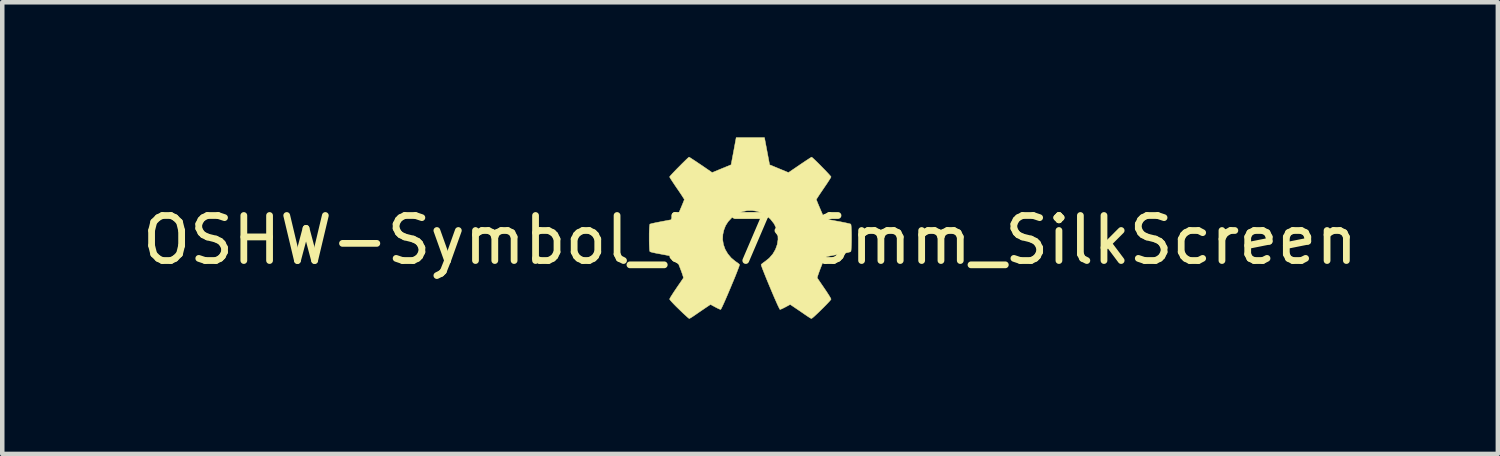
<source format=kicad_pcb>
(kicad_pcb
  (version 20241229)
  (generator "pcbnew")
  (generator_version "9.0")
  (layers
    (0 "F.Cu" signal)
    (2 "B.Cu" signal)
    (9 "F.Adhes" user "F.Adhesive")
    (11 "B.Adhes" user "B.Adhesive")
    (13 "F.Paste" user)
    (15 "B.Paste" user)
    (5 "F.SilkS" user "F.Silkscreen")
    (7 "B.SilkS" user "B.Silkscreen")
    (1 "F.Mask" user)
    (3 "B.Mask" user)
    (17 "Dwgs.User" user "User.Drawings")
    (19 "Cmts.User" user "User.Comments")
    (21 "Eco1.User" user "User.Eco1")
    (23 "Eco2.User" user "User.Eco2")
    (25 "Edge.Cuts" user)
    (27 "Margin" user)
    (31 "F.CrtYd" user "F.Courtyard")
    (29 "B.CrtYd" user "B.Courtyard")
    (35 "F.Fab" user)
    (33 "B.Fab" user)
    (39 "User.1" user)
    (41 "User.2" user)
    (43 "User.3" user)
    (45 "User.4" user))
  (footprint "OSHW-Symbol_5.7x6mm_SilkScreen"
    (layer "F.Cu")
    (at 13.601 2.279)
    (property "Reference" "OSHW-Symbol_5.7x6mm_SilkScreen" (at 0 0 0) (layer "F.SilkS") (effects (font (size 1 1) (thickness 0.15))))
    (attr exclude_from_pos_files exclude_from_bom)
    (fp_poly (pts (xy 0.377 -1.973) (xy 0.434 -1.671) (xy 0.853 -1.498) (xy 1.105 -1.67) (xy 1.175 -1.717) (xy 1.239 -1.76) (xy 1.293 -1.795) (xy 1.334 -1.822) (xy 1.36 -1.837) (xy 1.367 -1.841) (xy 1.379 -1.832) (xy 1.406 -1.808) (xy 1.444 -1.772) (xy 1.491 -1.727) (xy 1.542 -1.676) (xy 1.596 -1.621) (xy 1.649 -1.567) (xy 1.698 -1.516) (xy 1.741 -1.47) (xy 1.773 -1.434) (xy 1.793 -1.411) (xy 1.798 -1.403) (xy 1.791 -1.388) (xy 1.772 -1.356) (xy 1.742 -1.309) (xy 1.705 -1.252) (xy 1.66 -1.186) (xy 1.635 -1.149) (xy 1.588 -1.08) (xy 1.546 -1.018) (xy 1.512 -0.966) (xy 1.487 -0.927) (xy 1.473 -0.904) (xy 1.471 -0.899) (xy 1.476 -0.885) (xy 1.489 -0.853) (xy 1.508 -0.806) (xy 1.531 -0.751) (xy 1.557 -0.69) (xy 1.583 -0.629) (xy 1.607 -0.573) (xy 1.628 -0.525) (xy 1.643 -0.491) (xy 1.651 -0.474) (xy 1.652 -0.474) (xy 1.665 -0.471) (xy 1.699 -0.464) (xy 1.75 -0.453) (xy 1.816 -0.441) (xy 1.893 -0.426) (xy 1.937 -0.418) (xy 2.019 -0.403) (xy 2.093 -0.388) (xy 2.155 -0.375) (xy 2.202 -0.364) (xy 2.23 -0.356) (xy 2.235 -0.354) (xy 2.241 -0.337) (xy 2.245 -0.3) (xy 2.248 -0.246) (xy 2.251 -0.18) (xy 2.252 -0.107) (xy 2.252 -0.03) (xy 2.251 0.046) (xy 2.249 0.116) (xy 2.246 0.177) (xy 2.243 0.223) (xy 2.238 0.251) (xy 2.235 0.257) (xy 2.217 0.264) (xy 2.179 0.274) (xy 2.127 0.286) (xy 2.065 0.298) (xy 2.043 0.302) (xy 1.938 0.322) (xy 1.855 0.337) (xy 1.792 0.349) (xy 1.745 0.359) (xy 1.711 0.367) (xy 1.689 0.374) (xy 1.676 0.38) (xy 1.667 0.386) (xy 1.666 0.387) (xy 1.655 0.406) (xy 1.638 0.443) (xy 1.616 0.493) (xy 1.592 0.552) (xy 1.567 0.616) (xy 1.543 0.679) (xy 1.522 0.738) (xy 1.505 0.787) (xy 1.494 0.823) (xy 1.492 0.841) (xy 1.492 0.842) (xy 1.501 0.856) (xy 1.523 0.888) (xy 1.554 0.934) (xy 1.593 0.991) (xy 1.637 1.055) (xy 1.649 1.073) (xy 1.694 1.139) (xy 1.733 1.199) (xy 1.765 1.25) (xy 1.787 1.289) (xy 1.798 1.311) (xy 1.798 1.313) (xy 1.789 1.328) (xy 1.765 1.356) (xy 1.729 1.395) (xy 1.683 1.443) (xy 1.632 1.495) (xy 1.577 1.549) (xy 1.523 1.602) (xy 1.472 1.65) (xy 1.427 1.692) (xy 1.391 1.723) (xy 1.368 1.74) (xy 1.362 1.743) (xy 1.347 1.736) (xy 1.316 1.718) (xy 1.275 1.691) (xy 1.244 1.67) (xy 1.187 1.631) (xy 1.119 1.584) (xy 1.051 1.538) (xy 1.014 1.513) (xy 0.891 1.43) (xy 0.787 1.486) (xy 0.74 1.51) (xy 0.7 1.529) (xy 0.672 1.54) (xy 0.665 1.542) (xy 0.657 1.531) (xy 0.641 1.499) (xy 0.617 1.45) (xy 0.588 1.386) (xy 0.555 1.311) (xy 0.518 1.226) (xy 0.48 1.136) (xy 0.441 1.043) (xy 0.402 0.95) (xy 0.365 0.86) (xy 0.331 0.776) (xy 0.301 0.7) (xy 0.276 0.637) (xy 0.258 0.587) (xy 0.248 0.555) (xy 0.246 0.545) (xy 0.259 0.531) (xy 0.288 0.508) (xy 0.325 0.481) (xy 0.329 0.479) (xy 0.426 0.401) (xy 0.505 0.31) (xy 0.564 0.209) (xy 0.603 0.1) (xy 0.621 -0.012) (xy 0.617 -0.126) (xy 0.591 -0.239) (xy 0.542 -0.347) (xy 0.527 -0.371) (xy 0.452 -0.466) (xy 0.364 -0.543) (xy 0.265 -0.6) (xy 0.158 -0.638) (xy 0.047 -0.656) (xy -0.066 -0.653) (xy -0.176 -0.63) (xy -0.282 -0.585) (xy -0.38 -0.519) (xy -0.41 -0.492) (xy -0.488 -0.408) (xy -0.544 -0.32) (xy -0.582 -0.221) (xy -0.604 -0.123) (xy -0.609 -0.012) (xy -0.591 0.099) (xy -0.553 0.206) (xy -0.494 0.307) (xy -0.418 0.397) (xy -0.327 0.473) (xy -0.315 0.481) (xy -0.277 0.507) (xy -0.248 0.53) (xy -0.234 0.544) (xy -0.234 0.545) (xy -0.237 0.56) (xy -0.248 0.596) (xy -0.268 0.648) (xy -0.293 0.714) (xy -0.324 0.792) (xy -0.359 0.878) (xy -0.397 0.968) (xy -0.436 1.062) (xy -0.475 1.154) (xy -0.513 1.243) (xy -0.549 1.326) (xy -0.582 1.4) (xy -0.61 1.461) (xy -0.632 1.507) (xy -0.647 1.534) (xy -0.653 1.542) (xy -0.671 1.536) (xy -0.706 1.521) (xy -0.75 1.499) (xy -0.774 1.486) (xy -0.878 1.43) (xy -1.002 1.513) (xy -1.065 1.556) (xy -1.134 1.603) (xy -1.199 1.648) (xy -1.231 1.67) (xy -1.277 1.701) (xy -1.315 1.725) (xy -1.342 1.74) (xy -1.351 1.743) (xy -1.363 1.734) (xy -1.391 1.711) (xy -1.431 1.674) (xy -1.482 1.628) (xy -1.539 1.573) (xy -1.575 1.538) (xy -1.639 1.476) (xy -1.694 1.42) (xy -1.738 1.373) (xy -1.769 1.338) (xy -1.784 1.316) (xy -1.786 1.312) (xy -1.779 1.295) (xy -1.76 1.261) (xy -1.73 1.214) (xy -1.693 1.156) (xy -1.649 1.091) (xy -1.637 1.073) (xy -1.592 1.007) (xy -1.551 0.948) (xy -1.518 0.899) (xy -1.493 0.863) (xy -1.481 0.844) (xy -1.479 0.842) (xy -1.481 0.826) (xy -1.491 0.792) (xy -1.507 0.743) (xy -1.528 0.685) (xy -1.552 0.622) (xy -1.577 0.559) (xy -1.601 0.499) (xy -1.623 0.447) (xy -1.641 0.409) (xy -1.653 0.388) (xy -1.654 0.387) (xy -1.661 0.381) (xy -1.674 0.375) (xy -1.694 0.369) (xy -1.725 0.361) (xy -1.769 0.351) (xy -1.829 0.34) (xy -1.908 0.325) (xy -2.009 0.306) (xy -2.03 0.302) (xy -2.095 0.29) (xy -2.151 0.278) (xy -2.194 0.267) (xy -2.219 0.259) (xy -2.222 0.257) (xy -2.228 0.24) (xy -2.232 0.203) (xy -2.235 0.149) (xy -2.238 0.083) (xy -2.239 0.01) (xy -2.239 -0.067) (xy -2.239 -0.143) (xy -2.237 -0.213) (xy -2.234 -0.274) (xy -2.23 -0.32) (xy -2.225 -0.348) (xy -2.223 -0.354) (xy -2.206 -0.359) (xy -2.169 -0.369) (xy -2.114 -0.381) (xy -2.045 -0.395) (xy -1.967 -0.41) (xy -1.925 -0.418) (xy -1.844 -0.433) (xy -1.772 -0.447) (xy -1.712 -0.458) (xy -1.668 -0.467) (xy -1.643 -0.473) (xy -1.639 -0.474) (xy -1.633 -0.487) (xy -1.618 -0.519) (xy -1.598 -0.565) (xy -1.574 -0.62) (xy -1.548 -0.681) (xy -1.522 -0.742) (xy -1.498 -0.799) (xy -1.479 -0.847) (xy -1.465 -0.882) (xy -1.459 -0.899) (xy -1.459 -0.9) (xy -1.465 -0.913) (xy -1.485 -0.944) (xy -1.514 -0.99) (xy -1.552 -1.047) (xy -1.596 -1.112) (xy -1.622 -1.149) (xy -1.669 -1.218) (xy -1.71 -1.28) (xy -1.745 -1.333) (xy -1.77 -1.373) (xy -1.784 -1.397) (xy -1.786 -1.403) (xy -1.777 -1.416) (xy -1.754 -1.443) (xy -1.718 -1.482) (xy -1.673 -1.529) (xy -1.623 -1.581) (xy -1.569 -1.635) (xy -1.516 -1.689) (xy -1.465 -1.739) (xy -1.421 -1.782) (xy -1.385 -1.816) (xy -1.362 -1.836) (xy -1.354 -1.841) (xy -1.341 -1.834) (xy -1.311 -1.815) (xy -1.265 -1.785) (xy -1.208 -1.748) (xy -1.142 -1.703) (xy -1.092 -1.67) (xy -0.841 -1.498) (xy -0.631 -1.585) (xy -0.421 -1.671) (xy -0.364 -1.973) (xy -0.308 -2.274) (xy 0.32 -2.274) (xy 0.377 -1.973)) (stroke (width 0.01) (type solid)) (fill yes) (layer "F.SilkS")))
  (gr_rect
    (start -3 -3)
    (end 30.202 7.027)
    (stroke (width 0.1) (type default))
    (fill no)
    (layer "Edge.Cuts")))
</source>
